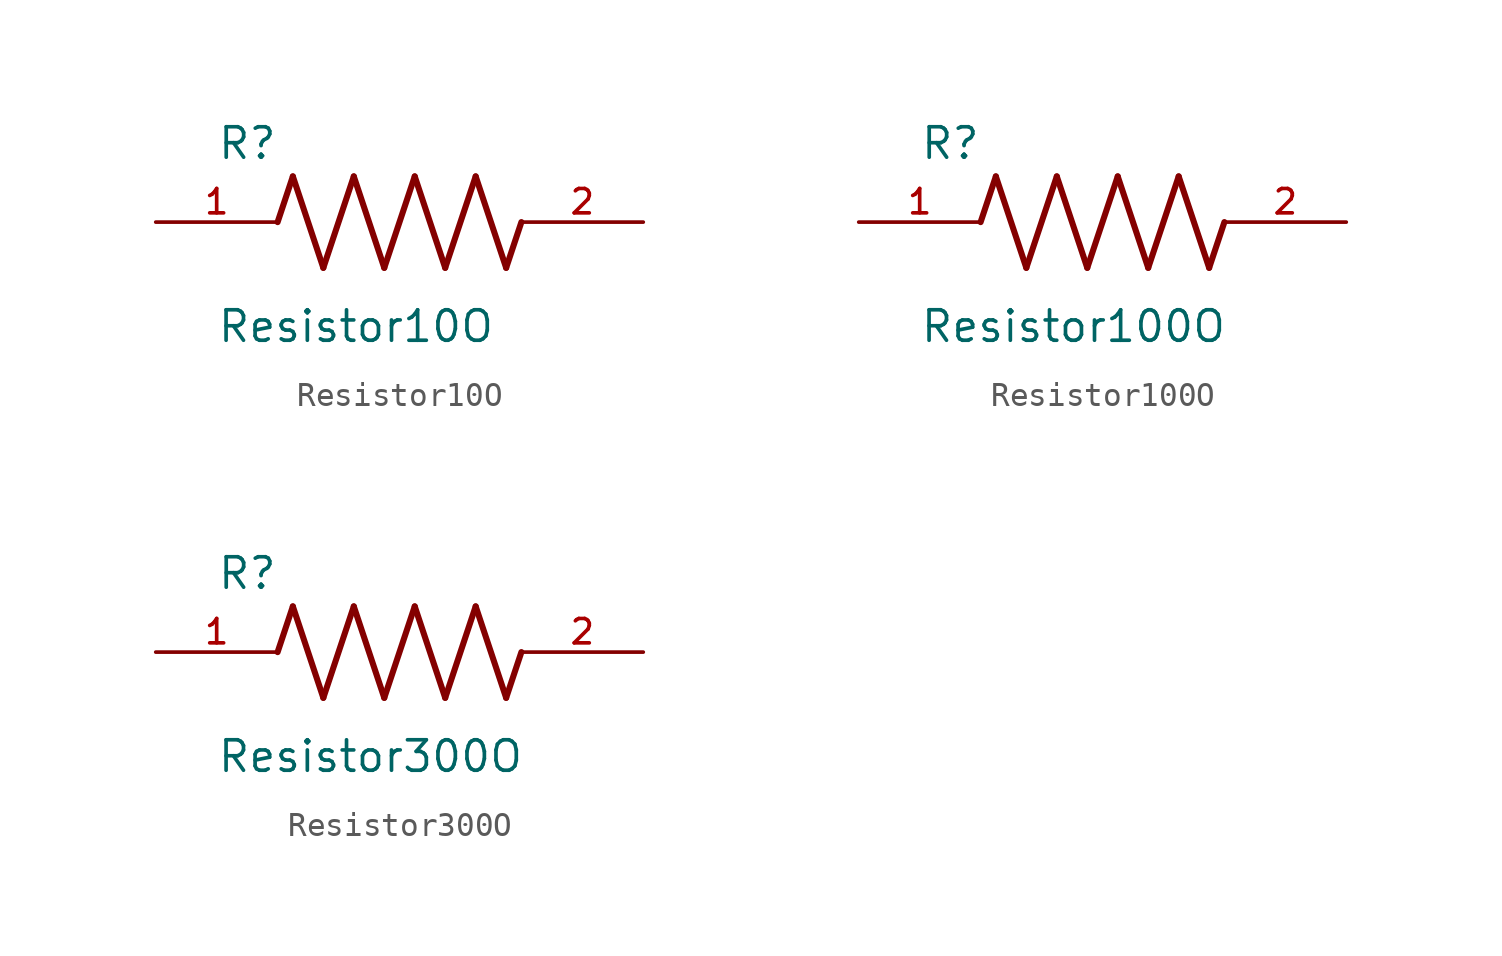
<source format=kicad_sym>
(kicad_symbol_lib
  (version 20220914)
  (generator kicad_symbol_editor)
  (symbol "Resistor10O"
    (pin_names
      (offset 1.016))
    (property "Reference" "R"
      (at -7.624 2.542 0)
      (effects (font (size 1.27 1.27)) (justify left bottom)))
    (property "Value" "Resistor10O"
      (at -7.63 -5.087 0)
      (effects (font (size 1.27 1.27)) (justify left bottom)))
    (symbol "Resistor10O_0_0"
      (polyline (pts (xy -5.08 0) (xy -4.445 1.905)) (stroke (width 0.254) (type default)) (fill (type none)))
      (polyline (pts (xy -4.445 1.905) (xy -3.175 -1.905)) (stroke (width 0.254) (type default)) (fill (type none)))
      (polyline (pts (xy -3.175 -1.905) (xy -1.905 1.905)) (stroke (width 0.254) (type default)) (fill (type none)))
      (polyline (pts (xy -1.905 1.905) (xy -0.635 -1.905)) (stroke (width 0.254) (type default)) (fill (type none)))
      (polyline (pts (xy -0.635 -1.905) (xy 0.635 1.905)) (stroke (width 0.254) (type default)) (fill (type none)))
      (polyline (pts (xy 0.635 1.905) (xy 1.905 -1.905)) (stroke (width 0.254) (type default)) (fill (type none)))
      (polyline (pts (xy 1.905 -1.905) (xy 3.175 1.905)) (stroke (width 0.254) (type default)) (fill (type none)))
      (polyline (pts (xy 3.175 1.905) (xy 4.445 -1.905)) (stroke (width 0.254) (type default)) (fill (type none)))
      (polyline (pts (xy 4.445 -1.905) (xy 5.08 0)) (stroke (width 0.254) (type default)) (fill (type none)))
      (pin passive line (at -10.16 0 0) (length 5.08) (name "~" (effects (font (size 1.016 1.016)))) (number "1" (effects (font (size 1.016 1.016)))))
      (pin passive line (at 10.16 0 180) (length 5.08) (name "~" (effects (font (size 1.016 1.016)))) (number "2" (effects (font (size 1.016 1.016)))))))
  (symbol "Resistor100O"
    (pin_names
      (offset 1.016))
    (property "Reference" "R"
      (at -7.624 2.542 0)
      (effects (font (size 1.27 1.27)) (justify left bottom)))
    (property "Value" "Resistor100O"
      (at -7.63 -5.087 0)
      (effects (font (size 1.27 1.27)) (justify left bottom)))
    (symbol "Resistor100O_0_0"
      (polyline (pts (xy -5.08 0) (xy -4.445 1.905)) (stroke (width 0.254) (type default)) (fill (type none)))
      (polyline (pts (xy -4.445 1.905) (xy -3.175 -1.905)) (stroke (width 0.254) (type default)) (fill (type none)))
      (polyline (pts (xy -3.175 -1.905) (xy -1.905 1.905)) (stroke (width 0.254) (type default)) (fill (type none)))
      (polyline (pts (xy -1.905 1.905) (xy -0.635 -1.905)) (stroke (width 0.254) (type default)) (fill (type none)))
      (polyline (pts (xy -0.635 -1.905) (xy 0.635 1.905)) (stroke (width 0.254) (type default)) (fill (type none)))
      (polyline (pts (xy 0.635 1.905) (xy 1.905 -1.905)) (stroke (width 0.254) (type default)) (fill (type none)))
      (polyline (pts (xy 1.905 -1.905) (xy 3.175 1.905)) (stroke (width 0.254) (type default)) (fill (type none)))
      (polyline (pts (xy 3.175 1.905) (xy 4.445 -1.905)) (stroke (width 0.254) (type default)) (fill (type none)))
      (polyline (pts (xy 4.445 -1.905) (xy 5.08 0)) (stroke (width 0.254) (type default)) (fill (type none)))
      (pin passive line (at -10.16 0 0) (length 5.08) (name "~" (effects (font (size 1.016 1.016)))) (number "1" (effects (font (size 1.016 1.016)))))
      (pin passive line (at 10.16 0 180) (length 5.08) (name "~" (effects (font (size 1.016 1.016)))) (number "2" (effects (font (size 1.016 1.016)))))))
  (symbol "Resistor300O"
    (pin_names
      (offset 1.016))
    (property "Reference" "R"
      (at -7.624 2.542 0)
      (effects (font (size 1.27 1.27)) (justify left bottom)))
    (property "Value" "Resistor300O"
      (at -7.63 -5.087 0)
      (effects (font (size 1.27 1.27)) (justify left bottom)))
    (symbol "Resistor300O_0_0"
      (polyline (pts (xy -5.08 0) (xy -4.445 1.905)) (stroke (width 0.254) (type default)) (fill (type none)))
      (polyline (pts (xy -4.445 1.905) (xy -3.175 -1.905)) (stroke (width 0.254) (type default)) (fill (type none)))
      (polyline (pts (xy -3.175 -1.905) (xy -1.905 1.905)) (stroke (width 0.254) (type default)) (fill (type none)))
      (polyline (pts (xy -1.905 1.905) (xy -0.635 -1.905)) (stroke (width 0.254) (type default)) (fill (type none)))
      (polyline (pts (xy -0.635 -1.905) (xy 0.635 1.905)) (stroke (width 0.254) (type default)) (fill (type none)))
      (polyline (pts (xy 0.635 1.905) (xy 1.905 -1.905)) (stroke (width 0.254) (type default)) (fill (type none)))
      (polyline (pts (xy 1.905 -1.905) (xy 3.175 1.905)) (stroke (width 0.254) (type default)) (fill (type none)))
      (polyline (pts (xy 3.175 1.905) (xy 4.445 -1.905)) (stroke (width 0.254) (type default)) (fill (type none)))
      (polyline (pts (xy 4.445 -1.905) (xy 5.08 0)) (stroke (width 0.254) (type default)) (fill (type none)))
      (pin passive line (at -10.16 0 0) (length 5.08) (name "~" (effects (font (size 1.016 1.016)))) (number "1" (effects (font (size 1.016 1.016)))))
      (pin passive line (at 10.16 0 180) (length 5.08) (name "~" (effects (font (size 1.016 1.016)))) (number "2" (effects (font (size 1.016 1.016))))))))
</source>
